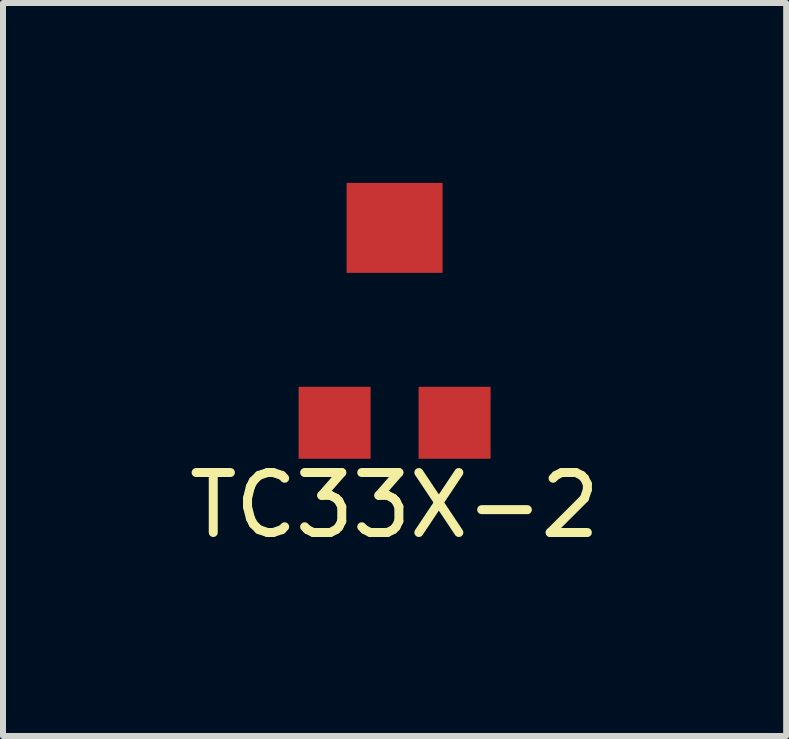
<source format=kicad_pcb>
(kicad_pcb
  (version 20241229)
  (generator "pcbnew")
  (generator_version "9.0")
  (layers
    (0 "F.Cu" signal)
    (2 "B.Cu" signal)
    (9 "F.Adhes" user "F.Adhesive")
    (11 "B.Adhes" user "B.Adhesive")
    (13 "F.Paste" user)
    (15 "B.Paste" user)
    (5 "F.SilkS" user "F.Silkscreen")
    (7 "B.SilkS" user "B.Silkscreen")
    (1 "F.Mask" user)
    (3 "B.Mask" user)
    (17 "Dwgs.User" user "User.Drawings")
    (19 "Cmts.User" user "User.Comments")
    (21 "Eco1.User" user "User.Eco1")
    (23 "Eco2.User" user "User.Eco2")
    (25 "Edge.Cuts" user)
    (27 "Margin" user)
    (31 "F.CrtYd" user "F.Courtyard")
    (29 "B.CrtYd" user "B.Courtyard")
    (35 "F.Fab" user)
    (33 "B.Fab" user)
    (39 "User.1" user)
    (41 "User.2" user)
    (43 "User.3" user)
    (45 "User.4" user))
  (footprint "TC33X-2"
    (layer "F.Cu")
    (at 3.53 2.2)
    (property "Reference" "TC33X-2" (at 0 3.175 0) (layer "F.SilkS") (effects (font (size 1 1) (thickness 0.15))))
    (attr through_hole)
    (pad "1" smd rect (at -1 1.8) (size 1.2 1.2) (layers "F.Cu" "F.Mask" "F.Paste"))
    (pad "2" smd rect (at 0 -1.45) (size 1.6 1.5) (layers "F.Cu" "F.Mask" "F.Paste"))
    (pad "3" smd rect (at 1 1.8) (size 1.2 1.2) (layers "F.Cu" "F.Mask" "F.Paste")))
  (gr_rect
    (start -3 -3)
    (end 10.06 9.223)
    (stroke (width 0.1) (type default))
    (fill no)
    (layer "Edge.Cuts")))
</source>
